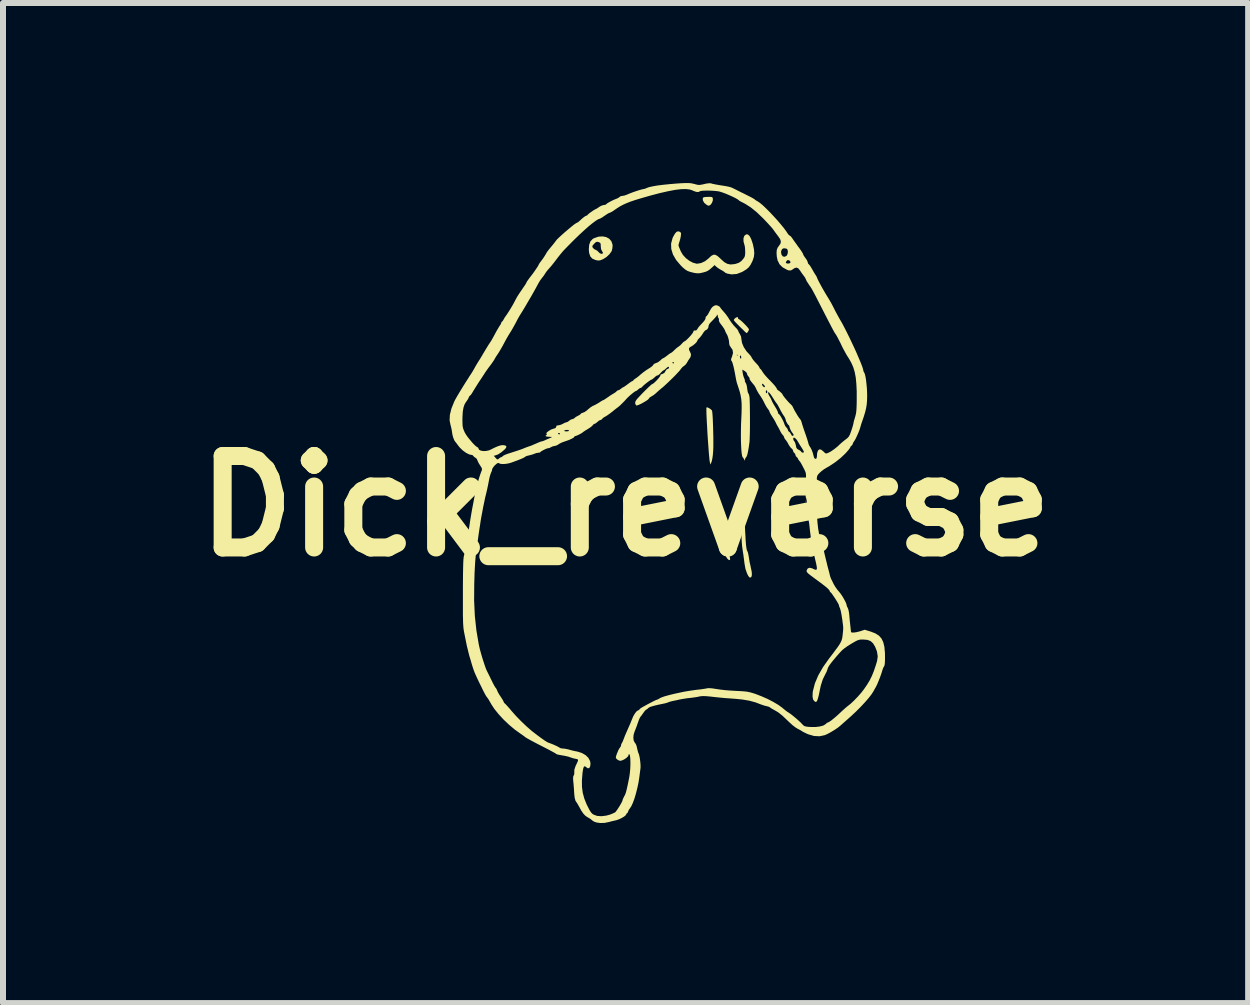
<source format=kicad_pcb>
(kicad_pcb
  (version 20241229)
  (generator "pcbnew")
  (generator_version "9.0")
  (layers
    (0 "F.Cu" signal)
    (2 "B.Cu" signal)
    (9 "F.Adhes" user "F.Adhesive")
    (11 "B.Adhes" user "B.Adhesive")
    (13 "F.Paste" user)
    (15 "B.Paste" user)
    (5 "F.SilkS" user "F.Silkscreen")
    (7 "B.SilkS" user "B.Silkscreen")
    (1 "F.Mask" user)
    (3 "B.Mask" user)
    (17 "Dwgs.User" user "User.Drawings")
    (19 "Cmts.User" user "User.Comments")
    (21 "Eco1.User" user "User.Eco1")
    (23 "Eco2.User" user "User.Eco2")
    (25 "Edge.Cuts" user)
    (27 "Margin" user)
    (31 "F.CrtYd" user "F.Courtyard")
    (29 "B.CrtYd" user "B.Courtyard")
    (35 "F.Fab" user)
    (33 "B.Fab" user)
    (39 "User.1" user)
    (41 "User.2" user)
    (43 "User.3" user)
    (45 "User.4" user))
  (footprint "Dick_reverse"
    (layer "F.Cu")
    (at 7.373 5.383)
    (property "Reference" "Dick_reverse" (at 0 0 0) (layer "F.SilkS") (effects (font (size 1.524 1.524) (thickness 0.3))))
    (attr board_only exclude_from_pos_files exclude_from_bom)
    (fp_poly (pts (xy 3.01 -0.083) (xy 3.004 -0.076) (xy 2.997 -0.083) (xy 3.004 -0.089)) (stroke (width 0) (type solid)) (fill yes) (layer "F.SilkS"))
    (fp_poly (pts (xy 1.7 0.758) (xy 1.715 0.786) (xy 1.728 0.817) (xy 1.741 0.863) (xy 1.742 0.891) (xy 1.731 0.901) (xy 1.71 0.89) (xy 1.69 0.868) (xy 1.667 0.824) (xy 1.667 0.781) (xy 1.676 0.762) (xy 1.688 0.751)) (stroke (width 0) (type solid)) (fill yes) (layer "F.SilkS"))
    (fp_poly (pts (xy 1.437 -5.15) (xy 1.449 -5.142) (xy 1.455 -5.125) (xy 1.455 -5.125) (xy 1.454 -5.091) (xy 1.44 -5.053) (xy 1.418 -5.022) (xy 1.403 -5.012) (xy 1.386 -5.006) (xy 1.375 -5.007) (xy 1.355 -5.018) (xy 1.353 -5.019) (xy 1.313 -5.051) (xy 1.29 -5.09) (xy 1.286 -5.118) (xy 1.29 -5.136) (xy 1.3 -5.145) (xy 1.323 -5.15) (xy 1.366 -5.152) (xy 1.368 -5.153) (xy 1.412 -5.153)) (stroke (width 0) (type solid)) (fill yes) (layer "F.SilkS"))
    (fp_poly (pts (xy 1.875 -3.143) (xy 1.873 -3.137) (xy 1.876 -3.123) (xy 1.888 -3.115) (xy 1.909 -3.102) (xy 1.94 -3.076) (xy 1.975 -3.042) (xy 2.009 -3.007) (xy 2.037 -2.975) (xy 2.054 -2.951) (xy 2.057 -2.944) (xy 2.05 -2.924) (xy 2.036 -2.9) (xy 2.022 -2.885) (xy 2.018 -2.883) (xy 2.006 -2.891) (xy 1.984 -2.911) (xy 1.975 -2.921) (xy 1.946 -2.949) (xy 1.907 -2.987) (xy 1.87 -3.024) (xy 1.838 -3.057) (xy 1.814 -3.084) (xy 1.804 -3.099) (xy 1.803 -3.1) (xy 1.813 -3.119) (xy 1.836 -3.139) (xy 1.859 -3.149) (xy 1.862 -3.15)) (stroke (width 0) (type solid)) (fill yes) (layer "F.SilkS"))
    (fp_poly (pts (xy 1.39 -1.633) (xy 1.417 -1.616) (xy 1.437 -1.597) (xy 1.441 -1.59) (xy 1.445 -1.567) (xy 1.449 -1.523) (xy 1.453 -1.463) (xy 1.456 -1.39) (xy 1.459 -1.308) (xy 1.461 -1.224) (xy 1.463 -1.139) (xy 1.463 -1.06) (xy 1.463 -0.99) (xy 1.461 -0.933) (xy 1.46 -0.914) (xy 1.455 -0.853) (xy 1.447 -0.797) (xy 1.438 -0.754) (xy 1.433 -0.737) (xy 1.414 -0.692) (xy 1.406 -0.726) (xy 1.401 -0.752) (xy 1.396 -0.799) (xy 1.39 -0.862) (xy 1.384 -0.938) (xy 1.378 -1.024) (xy 1.371 -1.116) (xy 1.365 -1.21) (xy 1.36 -1.303) (xy 1.355 -1.392) (xy 1.351 -1.472) (xy 1.348 -1.541) (xy 1.347 -1.596) (xy 1.347 -1.631) (xy 1.349 -1.645) (xy 1.364 -1.645)) (stroke (width 0) (type solid)) (fill yes) (layer "F.SilkS"))
    (fp_poly (pts (xy 1.959 0.282) (xy 1.97 0.284) (xy 1.978 0.291) (xy 1.984 0.306) (xy 1.988 0.334) (xy 1.991 0.377) (xy 1.994 0.441) (xy 1.996 0.466) (xy 2.001 0.566) (xy 2.007 0.643) (xy 2.014 0.699) (xy 2.022 0.736) (xy 2.032 0.756) (xy 2.038 0.77) (xy 2.045 0.8) (xy 2.054 0.848) (xy 2.064 0.914) (xy 2.068 0.936) (xy 2.077 0.974) (xy 2.087 1.021) (xy 2.088 1.025) (xy 2.103 1.099) (xy 2.105 1.15) (xy 2.096 1.181) (xy 2.08 1.191) (xy 2.063 1.186) (xy 2.045 1.163) (xy 2.025 1.123) (xy 1.998 1.046) (xy 1.982 0.956) (xy 1.981 0.947) (xy 1.973 0.883) (xy 1.963 0.809) (xy 1.952 0.739) (xy 1.951 0.73) (xy 1.942 0.668) (xy 1.936 0.591) (xy 1.932 0.508) (xy 1.931 0.447) (xy 1.931 0.379) (xy 1.931 0.332) (xy 1.934 0.303) (xy 1.938 0.287) (xy 1.945 0.281) (xy 1.955 0.281)) (stroke (width 0) (type solid)) (fill yes) (layer "F.SilkS"))
    (fp_poly (pts (xy -0.323 -4.483) (xy -0.272 -4.455) (xy -0.236 -4.413) (xy -0.217 -4.358) (xy -0.216 -4.335) (xy -0.22 -4.292) (xy -0.23 -4.253) (xy -0.234 -4.244) (xy -0.269 -4.196) (xy -0.318 -4.15) (xy -0.373 -4.115) (xy -0.386 -4.11) (xy -0.421 -4.096) (xy -0.447 -4.092) (xy -0.476 -4.095) (xy -0.504 -4.102) (xy -0.554 -4.124) (xy -0.588 -4.162) (xy -0.607 -4.22) (xy -0.612 -4.277) (xy -0.608 -4.327) (xy -0.554 -4.327) (xy -0.547 -4.307) (xy -0.547 -4.307) (xy -0.524 -4.283) (xy -0.502 -4.272) (xy -0.472 -4.256) (xy -0.451 -4.234) (xy -0.426 -4.211) (xy -0.397 -4.203) (xy -0.377 -4.212) (xy -0.378 -4.227) (xy -0.39 -4.245) (xy -0.408 -4.282) (xy -0.413 -4.328) (xy -0.414 -4.365) (xy -0.422 -4.385) (xy -0.441 -4.397) (xy -0.448 -4.399) (xy -0.473 -4.405) (xy -0.494 -4.398) (xy -0.52 -4.375) (xy -0.522 -4.373) (xy -0.546 -4.346) (xy -0.554 -4.327) (xy -0.608 -4.327) (xy -0.606 -4.354) (xy -0.585 -4.411) (xy -0.548 -4.451) (xy -0.525 -4.464) (xy -0.453 -4.489) (xy -0.385 -4.494)) (stroke (width 0) (type solid)) (fill yes) (layer "F.SilkS"))
    (fp_poly (pts (xy 0.903 -4.571) (xy 0.919 -4.559) (xy 0.925 -4.541) (xy 0.922 -4.509) (xy 0.921 -4.498) (xy 0.911 -4.45) (xy 0.898 -4.405) (xy 0.894 -4.394) (xy 0.882 -4.351) (xy 0.887 -4.325) (xy 0.899 -4.297) (xy 0.915 -4.259) (xy 0.923 -4.241) (xy 0.955 -4.187) (xy 1.003 -4.134) (xy 1.061 -4.089) (xy 1.123 -4.056) (xy 1.181 -4.04) (xy 1.195 -4.039) (xy 1.259 -4.05) (xy 1.325 -4.081) (xy 1.386 -4.129) (xy 1.389 -4.133) (xy 1.429 -4.17) (xy 1.463 -4.188) (xy 1.495 -4.188) (xy 1.532 -4.168) (xy 1.577 -4.128) (xy 1.591 -4.114) (xy 1.646 -4.065) (xy 1.696 -4.037) (xy 1.749 -4.026) (xy 1.811 -4.032) (xy 1.84 -4.038) (xy 1.891 -4.056) (xy 1.93 -4.084) (xy 1.95 -4.106) (xy 1.975 -4.137) (xy 1.988 -4.165) (xy 1.993 -4.199) (xy 1.994 -4.237) (xy 1.992 -4.284) (xy 1.988 -4.325) (xy 1.983 -4.346) (xy 1.966 -4.408) (xy 1.965 -4.462) (xy 1.979 -4.503) (xy 1.982 -4.506) (xy 2.01 -4.528) (xy 2.039 -4.526) (xy 2.067 -4.5) (xy 2.093 -4.451) (xy 2.117 -4.38) (xy 2.123 -4.359) (xy 2.14 -4.278) (xy 2.145 -4.213) (xy 2.139 -4.155) (xy 2.12 -4.096) (xy 2.11 -4.073) (xy 2.082 -4.019) (xy 2.053 -3.979) (xy 2.015 -3.946) (xy 1.962 -3.913) (xy 1.938 -3.9) (xy 1.853 -3.868) (xy 1.766 -3.861) (xy 1.697 -3.874) (xy 1.668 -3.885) (xy 1.652 -3.897) (xy 1.637 -3.909) (xy 1.608 -3.927) (xy 1.594 -3.934) (xy 1.555 -3.957) (xy 1.52 -3.982) (xy 1.513 -3.988) (xy 1.484 -4.016) (xy 1.444 -3.979) (xy 1.404 -3.944) (xy 1.373 -3.922) (xy 1.341 -3.907) (xy 1.297 -3.894) (xy 1.287 -3.892) (xy 1.241 -3.881) (xy 1.199 -3.879) (xy 1.154 -3.884) (xy 1.098 -3.897) (xy 1.067 -3.906) (xy 1.028 -3.921) (xy 0.991 -3.945) (xy 0.949 -3.981) (xy 0.921 -4.009) (xy 0.843 -4.101) (xy 0.79 -4.193) (xy 0.762 -4.284) (xy 0.759 -4.374) (xy 0.782 -4.462) (xy 0.793 -4.487) (xy 0.823 -4.54) (xy 0.85 -4.57) (xy 0.878 -4.579)) (stroke (width 0) (type solid)) (fill yes) (layer "F.SilkS"))
    (fp_poly (pts (xy 1.052 -5.383) (xy 1.096 -5.379) (xy 1.136 -5.37) (xy 1.148 -5.367) (xy 1.19 -5.356) (xy 1.222 -5.351) (xy 1.254 -5.354) (xy 1.299 -5.363) (xy 1.31 -5.366) (xy 1.357 -5.376) (xy 1.396 -5.38) (xy 1.419 -5.379) (xy 1.419 -5.379) (xy 1.45 -5.37) (xy 1.504 -5.359) (xy 1.579 -5.346) (xy 1.662 -5.333) (xy 1.71 -5.324) (xy 1.753 -5.313) (xy 1.776 -5.304) (xy 1.8 -5.292) (xy 1.841 -5.272) (xy 1.894 -5.245) (xy 1.952 -5.216) (xy 1.956 -5.215) (xy 2.029 -5.178) (xy 2.083 -5.151) (xy 2.12 -5.131) (xy 2.143 -5.117) (xy 2.156 -5.107) (xy 2.159 -5.104) (xy 2.174 -5.093) (xy 2.201 -5.078) (xy 2.204 -5.076) (xy 2.238 -5.053) (xy 2.285 -5.014) (xy 2.34 -4.962) (xy 2.402 -4.9) (xy 2.465 -4.833) (xy 2.528 -4.764) (xy 2.586 -4.696) (xy 2.637 -4.634) (xy 2.677 -4.58) (xy 2.694 -4.553) (xy 2.714 -4.525) (xy 2.731 -4.509) (xy 2.735 -4.508) (xy 2.75 -4.498) (xy 2.771 -4.473) (xy 2.784 -4.454) (xy 2.808 -4.419) (xy 2.842 -4.372) (xy 2.878 -4.321) (xy 2.889 -4.307) (xy 2.92 -4.264) (xy 2.944 -4.227) (xy 2.957 -4.203) (xy 2.959 -4.197) (xy 2.966 -4.179) (xy 2.985 -4.15) (xy 2.997 -4.134) (xy 3.02 -4.101) (xy 3.034 -4.072) (xy 3.035 -4.063) (xy 3.044 -4.038) (xy 3.053 -4.03) (xy 3.068 -4.014) (xy 3.089 -3.982) (xy 3.112 -3.943) (xy 3.135 -3.902) (xy 3.156 -3.867) (xy 3.169 -3.848) (xy 3.185 -3.821) (xy 3.194 -3.797) (xy 3.206 -3.77) (xy 3.228 -3.727) (xy 3.258 -3.671) (xy 3.294 -3.607) (xy 3.333 -3.54) (xy 3.358 -3.499) (xy 3.387 -3.452) (xy 3.408 -3.416) (xy 3.427 -3.383) (xy 3.446 -3.347) (xy 3.471 -3.299) (xy 3.485 -3.27) (xy 3.514 -3.215) (xy 3.543 -3.162) (xy 3.566 -3.12) (xy 3.575 -3.105) (xy 3.606 -3.052) (xy 3.642 -2.984) (xy 3.682 -2.906) (xy 3.725 -2.819) (xy 3.768 -2.729) (xy 3.811 -2.638) (xy 3.851 -2.549) (xy 3.887 -2.465) (xy 3.918 -2.392) (xy 3.942 -2.33) (xy 3.957 -2.285) (xy 3.962 -2.259) (xy 3.97 -2.234) (xy 3.975 -2.228) (xy 3.986 -2.205) (xy 3.997 -2.162) (xy 4.007 -2.103) (xy 4.015 -2.033) (xy 4.022 -1.957) (xy 4.025 -1.88) (xy 4.026 -1.84) (xy 4.024 -1.764) (xy 4.019 -1.698) (xy 4.009 -1.634) (xy 3.993 -1.567) (xy 3.969 -1.488) (xy 3.942 -1.41) (xy 3.927 -1.366) (xy 3.915 -1.325) (xy 3.912 -1.314) (xy 3.899 -1.272) (xy 3.878 -1.219) (xy 3.854 -1.165) (xy 3.831 -1.117) (xy 3.811 -1.084) (xy 3.809 -1.081) (xy 3.791 -1.054) (xy 3.785 -1.033) (xy 3.774 -1.013) (xy 3.766 -1.008) (xy 3.749 -0.992) (xy 3.747 -0.983) (xy 3.738 -0.967) (xy 3.716 -0.937) (xy 3.684 -0.9) (xy 3.661 -0.875) (xy 3.585 -0.803) (xy 3.494 -0.731) (xy 3.399 -0.668) (xy 3.341 -0.635) (xy 3.305 -0.613) (xy 3.264 -0.581) (xy 3.242 -0.562) (xy 3.209 -0.528) (xy 3.193 -0.501) (xy 3.188 -0.471) (xy 3.188 -0.467) (xy 3.182 -0.424) (xy 3.169 -0.386) (xy 3.159 -0.354) (xy 3.153 -0.304) (xy 3.15 -0.243) (xy 3.149 -0.179) (xy 3.152 -0.117) (xy 3.158 -0.065) (xy 3.166 -0.03) (xy 3.169 -0.025) (xy 3.179 0.006) (xy 3.186 0.056) (xy 3.188 0.102) (xy 3.192 0.191) (xy 3.199 0.284) (xy 3.209 0.373) (xy 3.222 0.447) (xy 3.225 0.464) (xy 3.243 0.542) (xy 3.257 0.598) (xy 3.268 0.634) (xy 3.276 0.653) (xy 3.277 0.654) (xy 3.284 0.671) (xy 3.294 0.707) (xy 3.307 0.757) (xy 3.32 0.813) (xy 3.336 0.879) (xy 3.352 0.944) (xy 3.365 0.998) (xy 3.373 1.029) (xy 3.386 1.077) (xy 3.398 1.123) (xy 3.402 1.143) (xy 3.413 1.181) (xy 3.425 1.212) (xy 3.425 1.213) (xy 3.439 1.239) (xy 3.457 1.277) (xy 3.468 1.299) (xy 3.494 1.344) (xy 3.528 1.392) (xy 3.552 1.42) (xy 3.582 1.457) (xy 3.614 1.504) (xy 3.643 1.554) (xy 3.667 1.6) (xy 3.681 1.635) (xy 3.683 1.648) (xy 3.689 1.671) (xy 3.701 1.693) (xy 3.712 1.72) (xy 3.721 1.763) (xy 3.727 1.803) (xy 3.732 1.863) (xy 3.738 1.926) (xy 3.742 1.96) (xy 3.747 2.006) (xy 3.751 2.045) (xy 3.753 2.062) (xy 3.756 2.088) (xy 3.758 2.099) (xy 3.771 2.107) (xy 3.802 2.107) (xy 3.845 2.101) (xy 3.895 2.089) (xy 3.913 2.084) (xy 3.985 2.06) (xy 4.086 2.091) (xy 4.161 2.12) (xy 4.22 2.157) (xy 4.264 2.205) (xy 4.294 2.267) (xy 4.313 2.345) (xy 4.322 2.443) (xy 4.323 2.497) (xy 4.323 2.57) (xy 4.32 2.622) (xy 4.315 2.655) (xy 4.307 2.671) (xy 4.292 2.698) (xy 4.28 2.733) (xy 4.28 2.733) (xy 4.264 2.786) (xy 4.242 2.848) (xy 4.217 2.912) (xy 4.193 2.97) (xy 4.171 3.014) (xy 4.166 3.023) (xy 4.153 3.045) (xy 4.134 3.079) (xy 4.127 3.092) (xy 4.095 3.141) (xy 4.048 3.201) (xy 3.987 3.271) (xy 3.917 3.346) (xy 3.84 3.423) (xy 3.76 3.498) (xy 3.697 3.554) (xy 3.654 3.592) (xy 3.611 3.63) (xy 3.582 3.656) (xy 3.539 3.691) (xy 3.481 3.73) (xy 3.418 3.768) (xy 3.358 3.8) (xy 3.318 3.817) (xy 3.232 3.835) (xy 3.14 3.83) (xy 3.047 3.803) (xy 3.027 3.795) (xy 2.985 3.775) (xy 2.952 3.758) (xy 2.935 3.747) (xy 2.934 3.746) (xy 2.919 3.737) (xy 2.89 3.721) (xy 2.866 3.709) (xy 2.828 3.685) (xy 2.778 3.646) (xy 2.722 3.595) (xy 2.689 3.563) (xy 2.612 3.49) (xy 2.545 3.437) (xy 2.493 3.406) (xy 2.453 3.384) (xy 2.422 3.366) (xy 2.408 3.355) (xy 2.408 3.355) (xy 2.392 3.345) (xy 2.361 3.336) (xy 2.353 3.334) (xy 2.309 3.323) (xy 2.269 3.309) (xy 2.267 3.309) (xy 2.165 3.27) (xy 2.062 3.242) (xy 1.949 3.223) (xy 1.841 3.212) (xy 1.75 3.205) (xy 1.678 3.2) (xy 1.619 3.195) (xy 1.568 3.19) (xy 1.518 3.185) (xy 1.464 3.179) (xy 1.421 3.174) (xy 1.348 3.167) (xy 1.293 3.165) (xy 1.251 3.168) (xy 1.231 3.172) (xy 1.188 3.181) (xy 1.133 3.189) (xy 1.086 3.195) (xy 1.023 3.202) (xy 0.954 3.213) (xy 0.908 3.221) (xy 0.856 3.233) (xy 0.807 3.243) (xy 0.774 3.25) (xy 0.74 3.259) (xy 0.716 3.267) (xy 0.714 3.268) (xy 0.694 3.276) (xy 0.659 3.286) (xy 0.645 3.289) (xy 0.558 3.307) (xy 0.493 3.322) (xy 0.446 3.335) (xy 0.413 3.345) (xy 0.392 3.355) (xy 0.379 3.365) (xy 0.377 3.367) (xy 0.357 3.385) (xy 0.344 3.391) (xy 0.332 3.401) (xy 0.311 3.425) (xy 0.297 3.445) (xy 0.273 3.479) (xy 0.254 3.504) (xy 0.247 3.512) (xy 0.237 3.529) (xy 0.222 3.564) (xy 0.206 3.609) (xy 0.204 3.613) (xy 0.186 3.667) (xy 0.165 3.721) (xy 0.15 3.759) (xy 0.135 3.808) (xy 0.13 3.86) (xy 0.136 3.906) (xy 0.152 3.939) (xy 0.157 3.944) (xy 0.171 3.964) (xy 0.185 4) (xy 0.19 4.024) (xy 0.2 4.066) (xy 0.209 4.101) (xy 0.214 4.112) (xy 0.226 4.146) (xy 0.237 4.197) (xy 0.245 4.256) (xy 0.25 4.312) (xy 0.25 4.359) (xy 0.249 4.369) (xy 0.243 4.412) (xy 0.236 4.468) (xy 0.23 4.515) (xy 0.216 4.606) (xy 0.196 4.699) (xy 0.173 4.79) (xy 0.148 4.875) (xy 0.121 4.947) (xy 0.095 5.003) (xy 0.073 5.035) (xy 0.052 5.066) (xy 0.043 5.089) (xy 0.033 5.112) (xy 0.024 5.118) (xy 0.013 5.128) (xy 0.013 5.133) (xy 0.002 5.152) (xy -0.027 5.175) (xy -0.068 5.199) (xy -0.113 5.22) (xy -0.158 5.235) (xy -0.165 5.236) (xy -0.195 5.243) (xy -0.238 5.253) (xy -0.273 5.263) (xy -0.352 5.279) (xy -0.427 5.28) (xy -0.486 5.271) (xy -0.523 5.258) (xy -0.553 5.239) (xy -0.556 5.236) (xy -0.582 5.214) (xy -0.618 5.192) (xy -0.625 5.189) (xy -0.664 5.164) (xy -0.7 5.128) (xy -0.737 5.074) (xy -0.769 5.016) (xy -0.79 4.979) (xy -0.806 4.951) (xy -0.814 4.94) (xy -0.834 4.91) (xy -0.848 4.858) (xy -0.856 4.781) (xy -0.856 4.773) (xy -0.86 4.71) (xy -0.865 4.645) (xy -0.87 4.591) (xy -0.871 4.588) (xy -0.874 4.536) (xy -0.871 4.503) (xy -0.864 4.49) (xy -0.854 4.463) (xy -0.854 4.438) (xy -0.853 4.393) (xy -0.833 4.332) (xy -0.809 4.281) (xy -0.793 4.246) (xy -0.791 4.226) (xy -0.806 4.216) (xy -0.835 4.21) (xy -0.879 4.2) (xy -0.919 4.186) (xy -0.921 4.186) (xy -0.952 4.175) (xy -0.999 4.164) (xy -1.052 4.154) (xy -1.054 4.154) (xy -1.1 4.146) (xy -1.136 4.138) (xy -1.154 4.131) (xy -1.155 4.13) (xy -1.162 4.124) (xy -1.176 4.115) (xy -1.201 4.101) (xy -1.238 4.081) (xy -1.29 4.053) (xy -1.36 4.017) (xy -1.45 3.971) (xy -1.454 3.969) (xy -1.519 3.935) (xy -1.578 3.904) (xy -1.626 3.877) (xy -1.659 3.858) (xy -1.67 3.85) (xy -1.696 3.83) (xy -1.732 3.804) (xy -1.753 3.79) (xy -1.846 3.723) (xy -1.94 3.644) (xy -2.032 3.557) (xy -2.115 3.467) (xy -2.186 3.379) (xy -2.239 3.298) (xy -2.239 3.297) (xy -2.266 3.25) (xy -2.284 3.219) (xy -2.298 3.199) (xy -2.31 3.183) (xy -2.314 3.178) (xy -2.327 3.159) (xy -2.347 3.122) (xy -2.374 3.07) (xy -2.403 3.01) (xy -2.435 2.946) (xy -2.465 2.883) (xy -2.492 2.825) (xy -2.513 2.777) (xy -2.523 2.752) (xy -2.538 2.709) (xy -2.555 2.656) (xy -2.565 2.623) (xy -2.577 2.579) (xy -2.588 2.544) (xy -2.593 2.527) (xy -2.603 2.495) (xy -2.615 2.447) (xy -2.629 2.39) (xy -2.643 2.333) (xy -2.653 2.284) (xy -2.657 2.267) (xy -2.666 2.219) (xy -2.678 2.161) (xy -2.686 2.121) (xy -2.692 2.09) (xy -2.697 2.059) (xy -2.701 2.026) (xy -2.704 1.987) (xy -2.707 1.941) (xy -2.708 1.884) (xy -2.71 1.815) (xy -2.71 1.729) (xy -2.71 1.626) (xy -2.71 1.573) (xy -2.523 1.573) (xy -2.511 1.831) (xy -2.485 2.072) (xy -2.446 2.301) (xy -2.431 2.37) (xy -2.419 2.415) (xy -2.403 2.473) (xy -2.384 2.537) (xy -2.363 2.602) (xy -2.344 2.66) (xy -2.327 2.707) (xy -2.315 2.736) (xy -2.314 2.738) (xy -2.303 2.76) (xy -2.284 2.798) (xy -2.26 2.846) (xy -2.249 2.87) (xy -2.214 2.941) (xy -2.188 2.991) (xy -2.169 3.022) (xy -2.158 3.035) (xy -2.149 3.05) (xy -2.136 3.079) (xy -2.135 3.083) (xy -2.118 3.117) (xy -2.092 3.159) (xy -2.075 3.184) (xy -2.052 3.22) (xy -2.036 3.248) (xy -2.032 3.26) (xy -2.022 3.279) (xy -2.015 3.285) (xy -2 3.299) (xy -1.973 3.328) (xy -1.938 3.367) (xy -1.902 3.41) (xy -1.826 3.496) (xy -1.739 3.585) (xy -1.65 3.67) (xy -1.565 3.744) (xy -1.541 3.763) (xy -1.468 3.819) (xy -1.403 3.867) (xy -1.349 3.905) (xy -1.31 3.93) (xy -1.289 3.94) (xy -1.254 3.953) (xy -1.21 3.97) (xy -1.165 3.99) (xy -1.128 4.008) (xy -1.104 4.022) (xy -1.101 4.024) (xy -1.079 4.035) (xy -1.048 4.039) (xy -1.013 4.042) (xy -0.967 4.051) (xy -0.939 4.058) (xy -0.885 4.073) (xy -0.826 4.086) (xy -0.803 4.09) (xy -0.729 4.113) (xy -0.666 4.149) (xy -0.619 4.195) (xy -0.591 4.248) (xy -0.584 4.288) (xy -0.589 4.336) (xy -0.604 4.364) (xy -0.627 4.369) (xy -0.656 4.35) (xy -0.656 4.349) (xy -0.676 4.335) (xy -0.691 4.339) (xy -0.703 4.363) (xy -0.712 4.41) (xy -0.717 4.446) (xy -0.727 4.571) (xy -0.726 4.679) (xy -0.713 4.778) (xy -0.687 4.873) (xy -0.647 4.973) (xy -0.632 5.002) (xy -0.602 5.061) (xy -0.577 5.101) (xy -0.553 5.127) (xy -0.533 5.14) (xy -0.474 5.162) (xy -0.402 5.167) (xy -0.321 5.157) (xy -0.264 5.142) (xy -0.221 5.125) (xy -0.186 5.109) (xy -0.169 5.099) (xy -0.151 5.076) (xy -0.126 5.04) (xy -0.1 4.999) (xy -0.076 4.958) (xy -0.058 4.925) (xy -0.051 4.905) (xy -0.051 4.905) (xy -0.045 4.883) (xy -0.029 4.849) (xy -0.021 4.833) (xy -0.009 4.812) (xy 0.001 4.786) (xy 0.011 4.753) (xy 0.022 4.709) (xy 0.035 4.65) (xy 0.051 4.572) (xy 0.065 4.499) (xy 0.072 4.445) (xy 0.078 4.383) (xy 0.081 4.317) (xy 0.081 4.255) (xy 0.079 4.2) (xy 0.074 4.16) (xy 0.067 4.139) (xy 0.067 4.138) (xy 0.054 4.131) (xy 0.051 4.145) (xy 0.051 4.149) (xy 0.04 4.171) (xy 0.013 4.197) (xy -0.023 4.221) (xy -0.06 4.238) (xy -0.091 4.244) (xy -0.093 4.244) (xy -0.124 4.232) (xy -0.145 4.216) (xy -0.157 4.203) (xy -0.162 4.189) (xy -0.158 4.167) (xy -0.146 4.131) (xy -0.14 4.116) (xy -0.123 4.074) (xy -0.105 4.04) (xy -0.094 4.025) (xy -0.078 4.001) (xy -0.076 3.989) (xy -0.07 3.963) (xy -0.065 3.955) (xy -0.055 3.938) (xy -0.04 3.904) (xy -0.028 3.873) (xy -0.01 3.826) (xy 0.015 3.768) (xy 0.04 3.712) (xy 0.041 3.708) (xy 0.066 3.653) (xy 0.089 3.598) (xy 0.107 3.553) (xy 0.108 3.55) (xy 0.13 3.499) (xy 0.157 3.454) (xy 0.183 3.421) (xy 0.206 3.404) (xy 0.211 3.404) (xy 0.227 3.396) (xy 0.229 3.391) (xy 0.239 3.378) (xy 0.264 3.36) (xy 0.276 3.353) (xy 0.366 3.303) (xy 0.435 3.267) (xy 0.484 3.242) (xy 0.513 3.229) (xy 0.523 3.226) (xy 0.542 3.219) (xy 0.569 3.203) (xy 0.57 3.202) (xy 0.601 3.187) (xy 0.653 3.169) (xy 0.721 3.15) (xy 0.801 3.13) (xy 0.888 3.111) (xy 0.979 3.092) (xy 1.068 3.077) (xy 1.152 3.065) (xy 1.19 3.06) (xy 1.248 3.054) (xy 1.301 3.046) (xy 1.341 3.04) (xy 1.355 3.036) (xy 1.389 3.033) (xy 1.445 3.037) (xy 1.517 3.048) (xy 1.518 3.048) (xy 1.578 3.057) (xy 1.656 3.066) (xy 1.74 3.073) (xy 1.823 3.078) (xy 1.841 3.079) (xy 1.92 3.083) (xy 1.98 3.087) (xy 2.029 3.093) (xy 2.072 3.102) (xy 2.116 3.114) (xy 2.166 3.13) (xy 2.266 3.169) (xy 2.367 3.213) (xy 2.461 3.262) (xy 2.544 3.311) (xy 2.609 3.358) (xy 2.616 3.364) (xy 2.656 3.397) (xy 2.692 3.425) (xy 2.718 3.441) (xy 2.718 3.441) (xy 2.746 3.46) (xy 2.786 3.491) (xy 2.832 3.529) (xy 2.879 3.57) (xy 2.92 3.608) (xy 2.947 3.637) (xy 2.966 3.656) (xy 2.985 3.667) (xy 3.013 3.674) (xy 3.057 3.679) (xy 3.082 3.68) (xy 3.165 3.681) (xy 3.237 3.672) (xy 3.294 3.657) (xy 3.332 3.634) (xy 3.335 3.631) (xy 3.355 3.613) (xy 3.367 3.607) (xy 3.389 3.598) (xy 3.425 3.574) (xy 3.471 3.537) (xy 3.526 3.49) (xy 3.568 3.451) (xy 3.613 3.409) (xy 3.655 3.371) (xy 3.688 3.343) (xy 3.702 3.332) (xy 3.751 3.293) (xy 3.808 3.239) (xy 3.868 3.177) (xy 3.924 3.114) (xy 3.969 3.056) (xy 3.972 3.052) (xy 4.025 2.975) (xy 4.068 2.904) (xy 4.104 2.831) (xy 4.136 2.752) (xy 4.168 2.658) (xy 4.191 2.582) (xy 4.202 2.504) (xy 4.189 2.42) (xy 4.158 2.342) (xy 4.123 2.285) (xy 4.083 2.249) (xy 4.031 2.229) (xy 3.962 2.223) (xy 3.956 2.223) (xy 3.92 2.223) (xy 3.891 2.228) (xy 3.861 2.238) (xy 3.824 2.257) (xy 3.774 2.286) (xy 3.756 2.297) (xy 3.695 2.335) (xy 3.649 2.368) (xy 3.61 2.4) (xy 3.572 2.44) (xy 3.526 2.492) (xy 3.517 2.502) (xy 3.465 2.564) (xy 3.427 2.611) (xy 3.401 2.646) (xy 3.383 2.674) (xy 3.372 2.696) (xy 3.366 2.716) (xy 3.35 2.76) (xy 3.328 2.803) (xy 3.327 2.805) (xy 3.286 2.888) (xy 3.254 2.988) (xy 3.239 3.057) (xy 3.223 3.137) (xy 3.207 3.201) (xy 3.192 3.244) (xy 3.186 3.253) (xy 3.172 3.264) (xy 3.154 3.257) (xy 3.127 3.227) (xy 3.116 3.178) (xy 3.118 3.109) (xy 3.122 3.082) (xy 3.155 2.954) (xy 3.211 2.821) (xy 3.291 2.682) (xy 3.389 2.543) (xy 3.452 2.461) (xy 3.501 2.395) (xy 3.539 2.344) (xy 3.566 2.303) (xy 3.585 2.27) (xy 3.598 2.241) (xy 3.607 2.213) (xy 3.613 2.184) (xy 3.617 2.15) (xy 3.623 2.096) (xy 3.627 2.045) (xy 3.626 2.009) (xy 3.626 2.005) (xy 3.613 1.902) (xy 3.6 1.818) (xy 3.588 1.754) (xy 3.577 1.713) (xy 3.573 1.702) (xy 3.56 1.672) (xy 3.556 1.653) (xy 3.55 1.636) (xy 3.532 1.604) (xy 3.508 1.564) (xy 3.481 1.522) (xy 3.454 1.483) (xy 3.432 1.452) (xy 3.417 1.436) (xy 3.414 1.435) (xy 3.404 1.425) (xy 3.404 1.419) (xy 3.394 1.399) (xy 3.365 1.369) (xy 3.315 1.327) (xy 3.245 1.274) (xy 3.188 1.232) (xy 3.123 1.184) (xy 3.076 1.149) (xy 3.044 1.123) (xy 3.026 1.104) (xy 3.018 1.089) (xy 3.017 1.076) (xy 3.018 1.071) (xy 3.036 1.038) (xy 3.067 1.027) (xy 3.11 1.037) (xy 3.124 1.044) (xy 3.157 1.059) (xy 3.178 1.061) (xy 3.188 1.047) (xy 3.187 1.015) (xy 3.177 0.962) (xy 3.168 0.923) (xy 3.136 0.787) (xy 3.109 0.649) (xy 3.087 0.517) (xy 3.074 0.419) (xy 3.066 0.344) (xy 3.06 0.291) (xy 3.054 0.255) (xy 3.049 0.232) (xy 3.043 0.219) (xy 3.043 0.218) (xy 3.039 0.201) (xy 3.036 0.164) (xy 3.032 0.112) (xy 3.029 0.051) (xy 3.028 0.043) (xy 3.025 -0.02) (xy 3.02 -0.074) (xy 3.014 -0.115) (xy 3.008 -0.135) (xy 3.007 -0.136) (xy 3.002 -0.155) (xy 2.999 -0.194) (xy 2.999 -0.256) (xy 3.002 -0.342) (xy 3.003 -0.349) (xy 3.006 -0.423) (xy 3.007 -0.477) (xy 3.007 -0.516) (xy 3.004 -0.545) (xy 2.998 -0.568) (xy 2.988 -0.591) (xy 2.978 -0.612) (xy 2.949 -0.668) (xy 2.928 -0.707) (xy 2.912 -0.734) (xy 2.896 -0.754) (xy 2.891 -0.76) (xy 2.875 -0.783) (xy 2.87 -0.797) (xy 2.86 -0.812) (xy 2.851 -0.817) (xy 2.836 -0.835) (xy 2.832 -0.851) (xy 2.824 -0.875) (xy 2.813 -0.884) (xy 2.797 -0.902) (xy 2.794 -0.915) (xy 2.785 -0.941) (xy 2.772 -0.955) (xy 2.743 -0.984) (xy 2.714 -1.03) (xy 2.702 -1.054) (xy 2.681 -1.087) (xy 2.664 -1.108) (xy 2.661 -1.112) (xy 2.795 -1.112) (xy 2.804 -1.089) (xy 2.812 -1.081) (xy 2.824 -1.06) (xy 2.835 -1.024) (xy 2.838 -1.011) (xy 2.846 -0.973) (xy 2.862 -0.951) (xy 2.883 -0.94) (xy 2.911 -0.924) (xy 2.926 -0.907) (xy 2.94 -0.893) (xy 2.959 -0.89) (xy 2.971 -0.899) (xy 2.972 -0.903) (xy 2.965 -0.921) (xy 2.948 -0.951) (xy 2.934 -0.974) (xy 2.908 -1.014) (xy 2.885 -1.052) (xy 2.877 -1.066) (xy 2.853 -1.105) (xy 2.827 -1.132) (xy 2.806 -1.143) (xy 2.806 -1.143) (xy 2.795 -1.133) (xy 2.795 -1.112) (xy 2.661 -1.112) (xy 2.647 -1.132) (xy 2.642 -1.148) (xy 2.633 -1.17) (xy 2.622 -1.182) (xy 2.603 -1.205) (xy 2.584 -1.237) (xy 2.584 -1.237) (xy 2.567 -1.271) (xy 2.553 -1.299) (xy 2.53 -1.338) (xy 2.516 -1.364) (xy 2.505 -1.386) (xy 2.502 -1.394) (xy 2.488 -1.42) (xy 2.466 -1.457) (xy 2.445 -1.489) (xy 2.422 -1.526) (xy 2.405 -1.556) (xy 2.4 -1.57) (xy 2.393 -1.59) (xy 2.374 -1.617) (xy 2.37 -1.621) (xy 2.347 -1.655) (xy 2.323 -1.699) (xy 2.313 -1.719) (xy 2.289 -1.767) (xy 2.258 -1.818) (xy 2.243 -1.84) (xy 2.215 -1.882) (xy 2.202 -1.905) (xy 2.337 -1.905) (xy 2.342 -1.884) (xy 2.349 -1.88) (xy 2.356 -1.886) (xy 2.375 -1.886) (xy 2.382 -1.861) (xy 2.399 -1.831) (xy 2.419 -1.797) (xy 2.432 -1.767) (xy 2.443 -1.741) (xy 2.464 -1.702) (xy 2.49 -1.659) (xy 2.49 -1.659) (xy 2.515 -1.617) (xy 2.533 -1.582) (xy 2.54 -1.56) (xy 2.54 -1.559) (xy 2.545 -1.54) (xy 2.551 -1.537) (xy 2.564 -1.526) (xy 2.583 -1.499) (xy 2.604 -1.462) (xy 2.625 -1.422) (xy 2.641 -1.386) (xy 2.646 -1.368) (xy 2.662 -1.333) (xy 2.68 -1.311) (xy 2.699 -1.287) (xy 2.705 -1.269) (xy 2.715 -1.246) (xy 2.724 -1.24) (xy 2.743 -1.223) (xy 2.756 -1.2) (xy 2.772 -1.174) (xy 2.789 -1.17) (xy 2.8 -1.18) (xy 2.798 -1.197) (xy 2.789 -1.209) (xy 2.768 -1.237) (xy 2.748 -1.274) (xy 2.734 -1.309) (xy 2.731 -1.327) (xy 2.725 -1.344) (xy 2.721 -1.346) (xy 2.708 -1.357) (xy 2.692 -1.382) (xy 2.676 -1.412) (xy 2.668 -1.438) (xy 2.667 -1.444) (xy 2.66 -1.466) (xy 2.643 -1.497) (xy 2.638 -1.503) (xy 2.612 -1.543) (xy 2.588 -1.586) (xy 2.587 -1.587) (xy 2.555 -1.65) (xy 2.532 -1.691) (xy 2.518 -1.712) (xy 2.515 -1.714) (xy 2.505 -1.728) (xy 2.485 -1.757) (xy 2.461 -1.796) (xy 2.458 -1.8) (xy 2.422 -1.856) (xy 2.396 -1.889) (xy 2.381 -1.9) (xy 2.375 -1.888) (xy 2.375 -1.886) (xy 2.356 -1.886) (xy 2.36 -1.89) (xy 2.362 -1.905) (xy 2.357 -1.926) (xy 2.349 -1.93) (xy 2.339 -1.92) (xy 2.337 -1.905) (xy 2.202 -1.905) (xy 2.19 -1.926) (xy 2.18 -1.946) (xy 2.164 -1.981) (xy 2.149 -2.006) (xy 2.147 -2.009) (xy 2.13 -2.03) (xy 2.273 -2.03) (xy 2.282 -2.006) (xy 2.301 -1.986) (xy 2.314 -1.981) (xy 2.324 -1.991) (xy 2.324 -1.992) (xy 2.316 -2.008) (xy 2.299 -2.026) (xy 2.28 -2.04) (xy 2.274 -2.035) (xy 2.273 -2.03) (xy 2.13 -2.03) (xy 2.105 -2.06) (xy 2.079 -2.094) (xy 2.069 -2.111) (xy 2.069 -2.111) (xy 2.066 -2.132) (xy 2.065 -2.135) (xy 2.055 -2.153) (xy 2.045 -2.163) (xy 2.028 -2.188) (xy 2.026 -2.203) (xy 2.015 -2.226) (xy 1.987 -2.25) (xy 1.986 -2.251) (xy 1.945 -2.274) (xy 1.952 -2.22) (xy 1.961 -2.176) (xy 1.974 -2.136) (xy 1.978 -2.129) (xy 1.988 -2.102) (xy 1.989 -2.086) (xy 1.988 -2.086) (xy 1.99 -2.072) (xy 2 -2.057) (xy 2.012 -2.034) (xy 2.022 -1.995) (xy 2.027 -1.958) (xy 2.033 -1.917) (xy 2.04 -1.889) (xy 2.045 -1.88) (xy 2.053 -1.868) (xy 2.061 -1.84) (xy 2.064 -1.826) (xy 2.067 -1.796) (xy 2.069 -1.745) (xy 2.071 -1.677) (xy 2.072 -1.598) (xy 2.073 -1.51) (xy 2.073 -1.42) (xy 2.073 -1.33) (xy 2.072 -1.246) (xy 2.07 -1.172) (xy 2.068 -1.113) (xy 2.066 -1.072) (xy 2.065 -1.066) (xy 2.053 -0.98) (xy 2.041 -0.91) (xy 2.029 -0.857) (xy 2.017 -0.826) (xy 2.012 -0.819) (xy 1.996 -0.797) (xy 1.991 -0.781) (xy 1.985 -0.756) (xy 1.975 -0.781) (xy 1.96 -0.806) (xy 1.951 -0.815) (xy 1.943 -0.833) (xy 1.936 -0.873) (xy 1.93 -0.931) (xy 1.926 -1.004) (xy 1.923 -1.088) (xy 1.922 -1.181) (xy 1.923 -1.277) (xy 1.925 -1.375) (xy 1.928 -1.437) (xy 1.933 -1.549) (xy 1.935 -1.641) (xy 1.934 -1.717) (xy 1.928 -1.783) (xy 1.918 -1.843) (xy 1.904 -1.902) (xy 1.884 -1.966) (xy 1.883 -1.968) (xy 1.867 -2.018) (xy 1.856 -2.051) (xy 1.849 -2.076) (xy 1.844 -2.1) (xy 1.838 -2.131) (xy 1.836 -2.14) (xy 1.818 -2.239) (xy 1.802 -2.314) (xy 1.788 -2.367) (xy 1.777 -2.401) (xy 1.769 -2.415) (xy 1.759 -2.431) (xy 1.759 -2.451) (xy 1.771 -2.483) (xy 1.775 -2.491) (xy 1.775 -2.494) (xy 1.905 -2.494) (xy 1.909 -2.469) (xy 1.918 -2.457) (xy 1.926 -2.463) (xy 1.928 -2.47) (xy 1.925 -2.497) (xy 1.919 -2.506) (xy 1.908 -2.51) (xy 1.905 -2.494) (xy 1.775 -2.494) (xy 1.781 -2.515) (xy 1.854 -2.515) (xy 1.859 -2.504) (xy 1.863 -2.506) (xy 1.864 -2.521) (xy 1.863 -2.523) (xy 1.855 -2.521) (xy 1.854 -2.515) (xy 1.781 -2.515) (xy 1.791 -2.551) (xy 1.783 -2.604) (xy 1.753 -2.647) (xy 1.753 -2.648) (xy 1.732 -2.681) (xy 1.727 -2.71) (xy 1.723 -2.756) (xy 1.711 -2.805) (xy 1.696 -2.848) (xy 1.683 -2.87) (xy 1.668 -2.898) (xy 1.659 -2.921) (xy 1.647 -2.948) (xy 1.624 -2.984) (xy 1.6 -3.015) (xy 1.568 -3.059) (xy 1.555 -3.091) (xy 1.556 -3.099) (xy 1.556 -3.122) (xy 1.55 -3.13) (xy 1.54 -3.148) (xy 1.536 -3.173) (xy 1.533 -3.191) (xy 1.528 -3.188) (xy 1.528 -3.188) (xy 1.512 -3.162) (xy 1.477 -3.122) (xy 1.427 -3.07) (xy 1.419 -3.063) (xy 1.396 -3.035) (xy 1.385 -3.01) (xy 1.384 -3.006) (xy 1.378 -2.972) (xy 1.361 -2.945) (xy 1.34 -2.934) (xy 1.34 -2.934) (xy 1.324 -2.924) (xy 1.302 -2.898) (xy 1.29 -2.879) (xy 1.264 -2.84) (xy 1.236 -2.806) (xy 1.226 -2.797) (xy 1.204 -2.772) (xy 1.194 -2.752) (xy 1.194 -2.751) (xy 1.184 -2.733) (xy 1.16 -2.708) (xy 1.128 -2.681) (xy 1.095 -2.66) (xy 1.076 -2.65) (xy 1.058 -2.633) (xy 1.058 -2.603) (xy 1.074 -2.572) (xy 1.091 -2.531) (xy 1.084 -2.487) (xy 1.069 -2.462) (xy 1.046 -2.429) (xy 1.024 -2.391) (xy 1.024 -2.39) (xy 1.001 -2.358) (xy 0.975 -2.336) (xy 0.973 -2.335) (xy 0.947 -2.315) (xy 0.922 -2.285) (xy 0.921 -2.283) (xy 0.903 -2.259) (xy 0.87 -2.223) (xy 0.827 -2.177) (xy 0.777 -2.127) (xy 0.724 -2.076) (xy 0.672 -2.027) (xy 0.626 -1.985) (xy 0.593 -1.958) (xy 0.554 -1.925) (xy 0.515 -1.89) (xy 0.506 -1.881) (xy 0.472 -1.853) (xy 0.437 -1.831) (xy 0.431 -1.828) (xy 0.402 -1.81) (xy 0.387 -1.789) (xy 0.373 -1.774) (xy 0.343 -1.753) (xy 0.302 -1.729) (xy 0.259 -1.705) (xy 0.219 -1.687) (xy 0.19 -1.677) (xy 0.183 -1.676) (xy 0.17 -1.687) (xy 0.161 -1.711) (xy 0.161 -1.731) (xy 0.169 -1.752) (xy 0.188 -1.78) (xy 0.223 -1.818) (xy 0.233 -1.829) (xy 0.288 -1.887) (xy 0.34 -1.939) (xy 0.384 -1.982) (xy 0.418 -2.013) (xy 0.438 -2.03) (xy 0.443 -2.032) (xy 0.46 -2.041) (xy 0.486 -2.063) (xy 0.517 -2.093) (xy 0.546 -2.125) (xy 0.569 -2.154) (xy 0.58 -2.173) (xy 0.58 -2.177) (xy 0.585 -2.192) (xy 0.612 -2.202) (xy 0.646 -2.218) (xy 0.664 -2.248) (xy 0.682 -2.276) (xy 0.701 -2.286) (xy 0.72 -2.295) (xy 0.724 -2.305) (xy 0.722 -2.32) (xy 0.713 -2.322) (xy 0.693 -2.31) (xy 0.66 -2.281) (xy 0.655 -2.276) (xy 0.636 -2.263) (xy 0.629 -2.261) (xy 0.617 -2.252) (xy 0.595 -2.23) (xy 0.583 -2.216) (xy 0.558 -2.191) (xy 0.538 -2.178) (xy 0.533 -2.178) (xy 0.519 -2.174) (xy 0.495 -2.156) (xy 0.485 -2.146) (xy 0.458 -2.123) (xy 0.438 -2.109) (xy 0.434 -2.108) (xy 0.418 -2.101) (xy 0.389 -2.081) (xy 0.354 -2.055) (xy 0.319 -2.027) (xy 0.291 -2.002) (xy 0.276 -1.985) (xy 0.257 -1.97) (xy 0.249 -1.968) (xy 0.229 -1.96) (xy 0.21 -1.943) (xy 0.188 -1.924) (xy 0.173 -1.918) (xy 0.156 -1.91) (xy 0.127 -1.888) (xy 0.091 -1.859) (xy 0.054 -1.826) (xy 0.021 -1.794) (xy 0.008 -1.779) (xy -0.023 -1.745) (xy -0.06 -1.708) (xy -0.095 -1.674) (xy -0.123 -1.65) (xy -0.13 -1.645) (xy -0.149 -1.631) (xy -0.181 -1.606) (xy -0.219 -1.575) (xy -0.224 -1.571) (xy -0.267 -1.538) (xy -0.309 -1.509) (xy -0.34 -1.49) (xy -0.341 -1.49) (xy -0.371 -1.472) (xy -0.389 -1.454) (xy -0.39 -1.452) (xy -0.407 -1.437) (xy -0.417 -1.435) (xy -0.44 -1.426) (xy -0.466 -1.405) (xy -0.468 -1.403) (xy -0.493 -1.382) (xy -0.514 -1.372) (xy -0.515 -1.372) (xy -0.535 -1.362) (xy -0.545 -1.349) (xy -0.561 -1.332) (xy -0.593 -1.307) (xy -0.631 -1.283) (xy -0.669 -1.26) (xy -0.698 -1.241) (xy -0.711 -1.231) (xy -0.728 -1.218) (xy -0.759 -1.2) (xy -0.794 -1.183) (xy -0.823 -1.171) (xy -0.835 -1.168) (xy -0.85 -1.162) (xy -0.851 -1.158) (xy -0.862 -1.143) (xy -0.894 -1.124) (xy -0.94 -1.103) (xy -0.998 -1.082) (xy -1.006 -1.08) (xy -1.054 -1.063) (xy -1.094 -1.044) (xy -1.117 -1.029) (xy -1.15 -1.01) (xy -1.18 -1.003) (xy -1.215 -0.995) (xy -1.238 -0.984) (xy -1.267 -0.969) (xy -1.287 -0.965) (xy -1.311 -0.96) (xy -1.345 -0.945) (xy -1.381 -0.927) (xy -1.409 -0.91) (xy -1.42 -0.899) (xy -1.435 -0.891) (xy -1.456 -0.889) (xy -1.491 -0.883) (xy -1.521 -0.871) (xy -1.557 -0.858) (xy -1.6 -0.847) (xy -1.609 -0.845) (xy -1.645 -0.836) (xy -1.671 -0.824) (xy -1.675 -0.82) (xy -1.686 -0.812) (xy -1.707 -0.801) (xy -1.741 -0.786) (xy -1.791 -0.766) (xy -1.861 -0.74) (xy -1.905 -0.724) (xy -1.952 -0.711) (xy -2.003 -0.703) (xy -2.051 -0.701) (xy -2.088 -0.705) (xy -2.102 -0.712) (xy -2.122 -0.72) (xy -2.143 -0.71) (xy -2.179 -0.679) (xy -2.207 -0.645) (xy -2.222 -0.617) (xy -2.223 -0.611) (xy -2.228 -0.586) (xy -2.242 -0.554) (xy -2.242 -0.554) (xy -2.253 -0.524) (xy -2.266 -0.478) (xy -2.277 -0.424) (xy -2.28 -0.408) (xy -2.293 -0.341) (xy -2.308 -0.27) (xy -2.323 -0.207) (xy -2.324 -0.203) (xy -2.339 -0.142) (xy -2.354 -0.07) (xy -2.368 -0.003) (xy -2.369 0) (xy -2.38 0.059) (xy -2.391 0.118) (xy -2.4 0.165) (xy -2.401 0.171) (xy -2.406 0.197) (xy -2.411 0.227) (xy -2.417 0.265) (xy -2.424 0.314) (xy -2.434 0.377) (xy -2.446 0.457) (xy -2.46 0.558) (xy -2.471 0.629) (xy -2.483 0.714) (xy -2.493 0.791) (xy -2.5 0.865) (xy -2.506 0.942) (xy -2.511 1.025) (xy -2.516 1.122) (xy -2.519 1.236) (xy -2.521 1.298) (xy -2.523 1.573) (xy -2.71 1.573) (xy -2.71 1.503) (xy -2.71 1.378) (xy -2.709 1.236) (xy -2.708 1.117) (xy -2.706 1.021) (xy -2.704 0.945) (xy -2.701 0.889) (xy -2.697 0.849) (xy -2.692 0.826) (xy -2.68 0.772) (xy -2.668 0.7) (xy -2.655 0.607) (xy -2.646 0.533) (xy -2.64 0.492) (xy -2.632 0.461) (xy -2.627 0.45) (xy -2.621 0.432) (xy -2.613 0.395) (xy -2.604 0.345) (xy -2.598 0.304) (xy -2.587 0.23) (xy -2.573 0.146) (xy -2.559 0.065) (xy -2.553 0.032) (xy -2.54 -0.033) (xy -2.529 -0.095) (xy -2.519 -0.146) (xy -2.515 -0.171) (xy -2.501 -0.239) (xy -2.483 -0.317) (xy -2.461 -0.398) (xy -2.438 -0.476) (xy -2.416 -0.542) (xy -2.397 -0.592) (xy -2.396 -0.594) (xy -2.391 -0.615) (xy -2.398 -0.638) (xy -2.419 -0.672) (xy -2.422 -0.676) (xy -2.446 -0.715) (xy -2.464 -0.751) (xy -2.468 -0.764) (xy -2.483 -0.792) (xy -2.501 -0.806) (xy -2.524 -0.821) (xy -2.532 -0.832) (xy -2.549 -0.849) (xy -2.558 -0.851) (xy -2.604 -0.861) (xy -2.658 -0.888) (xy -2.714 -0.929) (xy -2.764 -0.978) (xy -2.794 -1.016) (xy -2.815 -1.045) (xy -2.83 -1.064) (xy -2.833 -1.067) (xy -2.851 -1.092) (xy -2.869 -1.135) (xy -2.884 -1.188) (xy -2.89 -1.226) (xy -2.898 -1.277) (xy -2.909 -1.327) (xy -2.916 -1.351) (xy -2.932 -1.431) (xy -2.931 -1.442) (xy -2.718 -1.442) (xy -2.717 -1.38) (xy -2.715 -1.335) (xy -2.708 -1.3) (xy -2.697 -1.268) (xy -2.68 -1.229) (xy -2.678 -1.225) (xy -2.656 -1.188) (xy -2.625 -1.144) (xy -2.587 -1.098) (xy -2.549 -1.053) (xy -2.512 -1.015) (xy -2.482 -0.989) (xy -2.462 -0.978) (xy -2.462 -0.978) (xy -2.452 -0.968) (xy -2.451 -0.961) (xy -2.44 -0.939) (xy -2.41 -0.924) (xy -2.369 -0.917) (xy -2.321 -0.919) (xy -2.273 -0.93) (xy -2.252 -0.939) (xy -2.182 -0.974) (xy -2.129 -0.997) (xy -2.088 -1.01) (xy -2.054 -1.016) (xy -2.042 -1.016) (xy -2.002 -1.01) (xy -1.985 -0.994) (xy -1.992 -0.969) (xy -2.015 -0.943) (xy -2.072 -0.895) (xy -2.125 -0.861) (xy -2.162 -0.847) (xy -2.195 -0.838) (xy -2.168 -0.807) (xy -2.144 -0.782) (xy -2.128 -0.777) (xy -2.113 -0.789) (xy -2.108 -0.794) (xy -2.087 -0.81) (xy -2.076 -0.813) (xy -2.055 -0.823) (xy -2.049 -0.83) (xy -2.032 -0.843) (xy -1.998 -0.859) (xy -1.956 -0.874) (xy -1.869 -0.902) (xy -1.798 -0.925) (xy -1.746 -0.943) (xy -1.721 -0.952) (xy -1.684 -0.967) (xy -1.646 -0.982) (xy -1.615 -0.993) (xy -1.6 -0.998) (xy -1.578 -1.005) (xy -1.534 -1.024) (xy -1.475 -1.049) (xy -1.436 -1.066) (xy -1.406 -1.077) (xy -1.394 -1.079) (xy -1.375 -1.084) (xy -1.343 -1.097) (xy -1.329 -1.104) (xy -1.288 -1.122) (xy -1.252 -1.137) (xy -1.245 -1.141) (xy -1.228 -1.149) (xy -1.23 -1.153) (xy -1.254 -1.154) (xy -1.273 -1.155) (xy -1.311 -1.158) (xy -1.332 -1.167) (xy -1.331 -1.177) (xy -1.318 -1.185) (xy -1.308 -1.194) (xy -1.318 -1.203) (xy -1.319 -1.213) (xy -1.125 -1.213) (xy -1.124 -1.206) (xy -1.108 -1.194) (xy -1.104 -1.194) (xy -1.093 -1.203) (xy -1.092 -1.206) (xy -1.103 -1.218) (xy -1.112 -1.219) (xy -1.125 -1.213) (xy -1.319 -1.213) (xy -1.32 -1.216) (xy -1.303 -1.235) (xy -1.275 -1.256) (xy -1.273 -1.257) (xy -1.022 -1.257) (xy -1.017 -1.249) (xy -0.991 -1.245) (xy -0.985 -1.245) (xy -0.955 -1.248) (xy -0.94 -1.255) (xy -0.94 -1.257) (xy -0.951 -1.266) (xy -0.977 -1.27) (xy -1.006 -1.266) (xy -1.022 -1.257) (xy -1.273 -1.257) (xy -1.24 -1.276) (xy -1.204 -1.289) (xy -1.197 -1.29) (xy -1.165 -1.302) (xy -1.156 -1.322) (xy -1.148 -1.341) (xy -1.122 -1.346) (xy -1.121 -1.346) (xy -1.086 -1.353) (xy -1.048 -1.369) (xy -1.044 -1.372) (xy -1.012 -1.388) (xy -0.987 -1.397) (xy -0.984 -1.397) (xy -0.962 -1.405) (xy -0.94 -1.422) (xy -0.913 -1.441) (xy -0.891 -1.448) (xy -0.863 -1.457) (xy -0.85 -1.468) (xy -0.828 -1.486) (xy -0.794 -1.504) (xy -0.792 -1.505) (xy -0.764 -1.52) (xy -0.75 -1.533) (xy -0.749 -1.535) (xy -0.738 -1.546) (xy -0.712 -1.556) (xy -0.711 -1.556) (xy -0.68 -1.569) (xy -0.643 -1.595) (xy -0.623 -1.613) (xy -0.587 -1.643) (xy -0.55 -1.667) (xy -0.534 -1.674) (xy -0.501 -1.69) (xy -0.46 -1.713) (xy -0.439 -1.726) (xy -0.406 -1.748) (xy -0.381 -1.762) (xy -0.372 -1.765) (xy -0.358 -1.772) (xy -0.329 -1.791) (xy -0.292 -1.816) (xy -0.252 -1.844) (xy -0.217 -1.866) (xy -0.196 -1.878) (xy -0.167 -1.897) (xy -0.153 -1.91) (xy -0.133 -1.927) (xy -0.121 -1.93) (xy -0.101 -1.938) (xy -0.076 -1.956) (xy -0.053 -1.974) (xy -0.037 -1.981) (xy -0.023 -1.989) (xy 0.005 -2.008) (xy 0.037 -2.032) (xy 0.072 -2.058) (xy 0.1 -2.077) (xy 0.114 -2.083) (xy 0.127 -2.09) (xy 0.127 -2.093) (xy 0.137 -2.105) (xy 0.161 -2.123) (xy 0.164 -2.125) (xy 0.195 -2.146) (xy 0.233 -2.177) (xy 0.254 -2.196) (xy 0.295 -2.229) (xy 0.345 -2.265) (xy 0.381 -2.288) (xy 0.42 -2.313) (xy 0.449 -2.336) (xy 0.461 -2.353) (xy 0.477 -2.371) (xy 0.506 -2.383) (xy 0.533 -2.394) (xy 0.78 -2.394) (xy 0.781 -2.388) (xy 0.792 -2.375) (xy 0.794 -2.375) (xy 0.804 -2.384) (xy 0.806 -2.388) (xy 0.803 -2.398) (xy 0.794 -2.4) (xy 0.78 -2.394) (xy 0.533 -2.394) (xy 0.54 -2.397) (xy 0.575 -2.423) (xy 0.579 -2.427) (xy 0.604 -2.45) (xy 0.623 -2.463) (xy 0.627 -2.464) (xy 0.642 -2.471) (xy 0.67 -2.491) (xy 0.693 -2.508) (xy 0.725 -2.533) (xy 0.749 -2.549) (xy 0.758 -2.553) (xy 0.772 -2.562) (xy 0.797 -2.583) (xy 0.813 -2.599) (xy 0.844 -2.628) (xy 0.873 -2.651) (xy 0.883 -2.657) (xy 0.908 -2.676) (xy 0.936 -2.704) (xy 0.938 -2.707) (xy 0.961 -2.731) (xy 0.977 -2.743) (xy 0.979 -2.743) (xy 0.995 -2.752) (xy 1.023 -2.776) (xy 1.055 -2.808) (xy 1.087 -2.843) (xy 1.113 -2.876) (xy 1.128 -2.9) (xy 1.13 -2.907) (xy 1.137 -2.925) (xy 1.155 -2.925) (xy 1.18 -2.929) (xy 1.195 -2.948) (xy 1.216 -2.981) (xy 1.237 -3.005) (xy 1.281 -3.052) (xy 1.31 -3.085) (xy 1.326 -3.109) (xy 1.333 -3.128) (xy 1.333 -3.135) (xy 1.338 -3.157) (xy 1.345 -3.162) (xy 1.357 -3.172) (xy 1.374 -3.198) (xy 1.378 -3.204) (xy 1.405 -3.255) (xy 1.424 -3.288) (xy 1.44 -3.31) (xy 1.455 -3.324) (xy 1.468 -3.333) (xy 1.497 -3.347) (xy 1.524 -3.345) (xy 1.538 -3.34) (xy 1.564 -3.326) (xy 1.575 -3.315) (xy 1.575 -3.315) (xy 1.583 -3.301) (xy 1.604 -3.275) (xy 1.632 -3.243) (xy 1.671 -3.197) (xy 1.709 -3.144) (xy 1.729 -3.111) (xy 1.762 -3.062) (xy 1.801 -3.012) (xy 1.824 -2.987) (xy 1.854 -2.956) (xy 1.874 -2.929) (xy 1.88 -2.916) (xy 1.887 -2.895) (xy 1.905 -2.867) (xy 1.905 -2.867) (xy 1.925 -2.824) (xy 1.93 -2.784) (xy 1.941 -2.718) (xy 1.97 -2.649) (xy 2.014 -2.582) (xy 2.029 -2.565) (xy 2.063 -2.529) (xy 2.084 -2.504) (xy 2.098 -2.483) (xy 2.108 -2.464) (xy 2.127 -2.436) (xy 2.156 -2.402) (xy 2.172 -2.385) (xy 2.202 -2.353) (xy 2.223 -2.324) (xy 2.229 -2.312) (xy 2.239 -2.291) (xy 2.246 -2.286) (xy 2.258 -2.276) (xy 2.275 -2.25) (xy 2.284 -2.235) (xy 2.306 -2.204) (xy 2.34 -2.163) (xy 2.382 -2.118) (xy 2.407 -2.093) (xy 2.448 -2.05) (xy 2.484 -2.01) (xy 2.508 -1.979) (xy 2.516 -1.965) (xy 2.529 -1.94) (xy 2.541 -1.93) (xy 2.555 -1.922) (xy 2.578 -1.903) (xy 2.601 -1.881) (xy 2.615 -1.864) (xy 2.616 -1.86) (xy 2.624 -1.845) (xy 2.644 -1.817) (xy 2.672 -1.783) (xy 2.702 -1.748) (xy 2.729 -1.719) (xy 2.742 -1.707) (xy 2.769 -1.68) (xy 2.787 -1.654) (xy 2.788 -1.65) (xy 2.799 -1.627) (xy 2.818 -1.59) (xy 2.843 -1.548) (xy 2.868 -1.506) (xy 2.891 -1.471) (xy 2.908 -1.45) (xy 2.911 -1.446) (xy 2.922 -1.43) (xy 2.933 -1.4) (xy 2.934 -1.396) (xy 2.942 -1.367) (xy 2.957 -1.32) (xy 2.976 -1.263) (xy 2.996 -1.206) (xy 3.016 -1.148) (xy 3.032 -1.098) (xy 3.043 -1.06) (xy 3.048 -1.041) (xy 3.048 -1.041) (xy 3.055 -1.019) (xy 3.073 -0.987) (xy 3.08 -0.978) (xy 3.1 -0.94) (xy 3.119 -0.891) (xy 3.127 -0.861) (xy 3.138 -0.818) (xy 3.149 -0.795) (xy 3.163 -0.787) (xy 3.165 -0.787) (xy 3.182 -0.795) (xy 3.188 -0.822) (xy 3.188 -0.824) (xy 3.193 -0.886) (xy 3.207 -0.927) (xy 3.229 -0.945) (xy 3.259 -0.941) (xy 3.293 -0.914) (xy 3.318 -0.89) (xy 3.337 -0.877) (xy 3.34 -0.876) (xy 3.373 -0.885) (xy 3.419 -0.909) (xy 3.473 -0.946) (xy 3.53 -0.991) (xy 3.57 -1.029) (xy 3.609 -1.064) (xy 3.655 -1.101) (xy 3.672 -1.114) (xy 3.701 -1.137) (xy 3.721 -1.16) (xy 3.738 -1.192) (xy 3.756 -1.239) (xy 3.763 -1.26) (xy 3.779 -1.309) (xy 3.791 -1.351) (xy 3.797 -1.377) (xy 3.798 -1.382) (xy 3.801 -1.401) (xy 3.811 -1.437) (xy 3.824 -1.48) (xy 3.834 -1.517) (xy 3.842 -1.556) (xy 3.847 -1.602) (xy 3.85 -1.66) (xy 3.852 -1.737) (xy 3.852 -1.769) (xy 3.852 -1.913) (xy 3.846 -2.036) (xy 3.836 -2.141) (xy 3.819 -2.232) (xy 3.795 -2.313) (xy 3.763 -2.386) (xy 3.723 -2.457) (xy 3.715 -2.469) (xy 3.68 -2.525) (xy 3.645 -2.589) (xy 3.619 -2.637) (xy 3.597 -2.683) (xy 3.578 -2.723) (xy 3.565 -2.748) (xy 3.564 -2.75) (xy 3.549 -2.778) (xy 3.531 -2.814) (xy 3.529 -2.817) (xy 3.511 -2.849) (xy 3.495 -2.874) (xy 3.493 -2.876) (xy 3.486 -2.886) (xy 3.474 -2.907) (xy 3.457 -2.938) (xy 3.433 -2.983) (xy 3.402 -3.043) (xy 3.362 -3.12) (xy 3.313 -3.215) (xy 3.254 -3.331) (xy 3.233 -3.372) (xy 3.196 -3.444) (xy 3.161 -3.512) (xy 3.13 -3.57) (xy 3.106 -3.614) (xy 3.09 -3.64) (xy 3.089 -3.642) (xy 3.054 -3.693) (xy 3.032 -3.727) (xy 3.017 -3.751) (xy 3.009 -3.768) (xy 3.005 -3.778) (xy 2.992 -3.806) (xy 2.97 -3.837) (xy 2.969 -3.838) (xy 2.944 -3.871) (xy 2.916 -3.912) (xy 2.909 -3.924) (xy 2.878 -3.962) (xy 2.847 -3.975) (xy 2.812 -3.963) (xy 2.794 -3.95) (xy 2.757 -3.928) (xy 2.716 -3.928) (xy 2.69 -3.938) (xy 2.617 -3.979) (xy 2.566 -4.029) (xy 2.548 -4.066) (xy 2.672 -4.066) (xy 2.673 -4.052) (xy 2.691 -4.042) (xy 2.717 -4.042) (xy 2.74 -4.049) (xy 2.75 -4.063) (xy 2.74 -4.083) (xy 2.728 -4.094) (xy 2.705 -4.101) (xy 2.685 -4.087) (xy 2.672 -4.066) (xy 2.548 -4.066) (xy 2.534 -4.092) (xy 2.52 -4.16) (xy 2.516 -4.223) (xy 2.517 -4.231) (xy 2.591 -4.231) (xy 2.599 -4.189) (xy 2.619 -4.162) (xy 2.647 -4.154) (xy 2.678 -4.167) (xy 2.685 -4.173) (xy 2.699 -4.199) (xy 2.705 -4.235) (xy 2.705 -4.237) (xy 2.701 -4.27) (xy 2.685 -4.288) (xy 2.677 -4.291) (xy 2.636 -4.297) (xy 2.606 -4.28) (xy 2.592 -4.245) (xy 2.591 -4.231) (xy 2.517 -4.231) (xy 2.52 -4.269) (xy 2.534 -4.306) (xy 2.559 -4.341) (xy 2.583 -4.377) (xy 2.588 -4.412) (xy 2.575 -4.45) (xy 2.543 -4.497) (xy 2.511 -4.539) (xy 2.479 -4.583) (xy 2.464 -4.605) (xy 2.444 -4.63) (xy 2.41 -4.669) (xy 2.366 -4.717) (xy 2.316 -4.77) (xy 2.292 -4.795) (xy 2.186 -4.897) (xy 2.087 -4.977) (xy 1.993 -5.037) (xy 1.943 -5.063) (xy 1.913 -5.078) (xy 1.894 -5.09) (xy 1.892 -5.092) (xy 1.873 -5.108) (xy 1.836 -5.13) (xy 1.785 -5.155) (xy 1.728 -5.181) (xy 1.669 -5.206) (xy 1.615 -5.226) (xy 1.57 -5.24) (xy 1.555 -5.244) (xy 1.507 -5.25) (xy 1.45 -5.255) (xy 1.391 -5.257) (xy 1.334 -5.257) (xy 1.285 -5.255) (xy 1.252 -5.251) (xy 1.238 -5.245) (xy 1.217 -5.234) (xy 1.182 -5.235) (xy 1.139 -5.249) (xy 1.121 -5.258) (xy 1.072 -5.275) (xy 1.007 -5.283) (xy 0.925 -5.281) (xy 0.825 -5.269) (xy 0.705 -5.246) (xy 0.565 -5.214) (xy 0.403 -5.171) (xy 0.375 -5.163) (xy 0.257 -5.129) (xy 0.161 -5.1) (xy 0.081 -5.073) (xy 0.015 -5.047) (xy -0.042 -5.021) (xy -0.093 -4.994) (xy -0.143 -4.962) (xy -0.177 -4.939) (xy -0.214 -4.913) (xy -0.244 -4.896) (xy -0.26 -4.889) (xy -0.278 -4.883) (xy -0.309 -4.865) (xy -0.347 -4.839) (xy -0.348 -4.839) (xy -0.385 -4.813) (xy -0.416 -4.795) (xy -0.432 -4.788) (xy -0.432 -4.788) (xy -0.457 -4.779) (xy -0.498 -4.753) (xy -0.552 -4.713) (xy -0.617 -4.66) (xy -0.69 -4.595) (xy -0.77 -4.521) (xy -0.854 -4.44) (xy -0.908 -4.386) (xy -0.964 -4.329) (xy -1.007 -4.285) (xy -1.04 -4.25) (xy -1.068 -4.217) (xy -1.095 -4.184) (xy -1.126 -4.145) (xy -1.154 -4.108) (xy -1.192 -4.058) (xy -1.231 -4.009) (xy -1.264 -3.971) (xy -1.275 -3.958) (xy -1.306 -3.923) (xy -1.331 -3.889) (xy -1.339 -3.876) (xy -1.36 -3.843) (xy -1.387 -3.808) (xy -1.39 -3.804) (xy -1.42 -3.765) (xy -1.446 -3.723) (xy -1.447 -3.721) (xy -1.472 -3.675) (xy -1.501 -3.621) (xy -1.537 -3.557) (xy -1.582 -3.478) (xy -1.638 -3.383) (xy -1.663 -3.34) (xy -1.692 -3.291) (xy -1.723 -3.24) (xy -1.74 -3.213) (xy -1.768 -3.168) (xy -1.794 -3.122) (xy -1.803 -3.105) (xy -1.832 -3.049) (xy -1.864 -2.991) (xy -1.894 -2.938) (xy -1.918 -2.898) (xy -1.92 -2.896) (xy -1.952 -2.844) (xy -1.991 -2.776) (xy -2.032 -2.7) (xy -2.046 -2.673) (xy -2.077 -2.619) (xy -2.112 -2.56) (xy -2.135 -2.525) (xy -2.16 -2.488) (xy -2.177 -2.459) (xy -2.184 -2.445) (xy -2.184 -2.445) (xy -2.192 -2.432) (xy -2.211 -2.404) (xy -2.238 -2.365) (xy -2.257 -2.34) (xy -2.291 -2.295) (xy -2.319 -2.255) (xy -2.338 -2.228) (xy -2.343 -2.22) (xy -2.358 -2.196) (xy -2.38 -2.163) (xy -2.388 -2.15) (xy -2.447 -2.062) (xy -2.498 -1.981) (xy -2.54 -1.913) (xy -2.546 -1.902) (xy -2.567 -1.868) (xy -2.584 -1.847) (xy -2.591 -1.841) (xy -2.603 -1.831) (xy -2.611 -1.813) (xy -2.624 -1.785) (xy -2.647 -1.75) (xy -2.655 -1.74) (xy -2.682 -1.696) (xy -2.7 -1.643) (xy -2.712 -1.575) (xy -2.717 -1.489) (xy -2.718 -1.442) (xy -2.931 -1.442) (xy -2.927 -1.522) (xy -2.901 -1.626) (xy -2.855 -1.74) (xy -2.836 -1.778) (xy -2.804 -1.834) (xy -2.763 -1.903) (xy -2.715 -1.981) (xy -2.663 -2.065) (xy -2.609 -2.149) (xy -2.603 -2.159) (xy -2.572 -2.206) (xy -2.546 -2.248) (xy -2.528 -2.279) (xy -2.524 -2.286) (xy -2.507 -2.317) (xy -2.481 -2.362) (xy -2.443 -2.424) (xy -2.429 -2.445) (xy -2.416 -2.466) (xy -2.394 -2.503) (xy -2.366 -2.551) (xy -2.342 -2.591) (xy -2.311 -2.642) (xy -2.284 -2.686) (xy -2.263 -2.718) (xy -2.254 -2.731) (xy -2.242 -2.749) (xy -2.221 -2.785) (xy -2.195 -2.832) (xy -2.178 -2.864) (xy -2.15 -2.916) (xy -2.123 -2.962) (xy -2.102 -2.997) (xy -2.094 -3.008) (xy -2.077 -3.036) (xy -2.07 -3.056) (xy -2.064 -3.072) (xy -2.059 -3.073) (xy -2.047 -3.084) (xy -2.034 -3.106) (xy -2.018 -3.135) (xy -2.006 -3.153) (xy -1.981 -3.188) (xy -1.948 -3.238) (xy -1.911 -3.298) (xy -1.874 -3.361) (xy -1.842 -3.421) (xy -1.828 -3.448) (xy -1.81 -3.481) (xy -1.782 -3.526) (xy -1.747 -3.578) (xy -1.727 -3.607) (xy -1.696 -3.653) (xy -1.67 -3.691) (xy -1.655 -3.717) (xy -1.651 -3.726) (xy -1.644 -3.74) (xy -1.624 -3.769) (xy -1.597 -3.806) (xy -1.59 -3.815) (xy -1.552 -3.864) (xy -1.516 -3.914) (xy -1.485 -3.96) (xy -1.461 -3.996) (xy -1.449 -4.018) (xy -1.448 -4.022) (xy -1.441 -4.036) (xy -1.422 -4.063) (xy -1.398 -4.095) (xy -1.368 -4.136) (xy -1.342 -4.177) (xy -1.328 -4.2) (xy -1.309 -4.233) (xy -1.279 -4.273) (xy -1.254 -4.303) (xy -1.221 -4.343) (xy -1.191 -4.38) (xy -1.175 -4.401) (xy -1.16 -4.421) (xy -1.146 -4.439) (xy -1.127 -4.458) (xy -1.101 -4.483) (xy -1.063 -4.518) (xy -1.018 -4.558) (xy -0.957 -4.61) (xy -0.902 -4.656) (xy -0.857 -4.692) (xy -0.823 -4.715) (xy -0.805 -4.724) (xy -0.804 -4.724) (xy -0.789 -4.732) (xy -0.769 -4.75) (xy -0.717 -4.797) (xy -0.678 -4.827) (xy -0.654 -4.839) (xy -0.652 -4.839) (xy -0.637 -4.845) (xy -0.635 -4.85) (xy -0.625 -4.861) (xy -0.601 -4.881) (xy -0.568 -4.905) (xy -0.534 -4.928) (xy -0.505 -4.945) (xy -0.489 -4.953) (xy -0.488 -4.953) (xy -0.474 -4.96) (xy -0.449 -4.978) (xy -0.439 -4.985) (xy -0.404 -5.005) (xy -0.371 -5.016) (xy -0.365 -5.016) (xy -0.337 -5.021) (xy -0.324 -5.028) (xy -0.308 -5.043) (xy -0.275 -5.063) (xy -0.234 -5.085) (xy -0.192 -5.105) (xy -0.16 -5.118) (xy -0.126 -5.132) (xy -0.102 -5.149) (xy -0.101 -5.151) (xy -0.077 -5.165) (xy -0.053 -5.169) (xy -0.021 -5.174) (xy 0.019 -5.188) (xy 0.031 -5.193) (xy 0.069 -5.209) (xy 0.118 -5.228) (xy 0.173 -5.247) (xy 0.225 -5.264) (xy 0.268 -5.276) (xy 0.297 -5.283) (xy 0.301 -5.283) (xy 0.326 -5.289) (xy 0.354 -5.301) (xy 0.392 -5.315) (xy 0.452 -5.328) (xy 0.531 -5.342) (xy 0.627 -5.354) (xy 0.735 -5.365) (xy 0.853 -5.375) (xy 0.927 -5.38) (xy 0.999 -5.383)) (stroke (width 0) (type solid)) (fill yes) (layer "F.SilkS")))
  (gr_rect
    (start -3 -3)
    (end 17.747 13.663)
    (stroke (width 0.1) (type default))
    (fill no)
    (layer "Edge.Cuts")))
</source>
